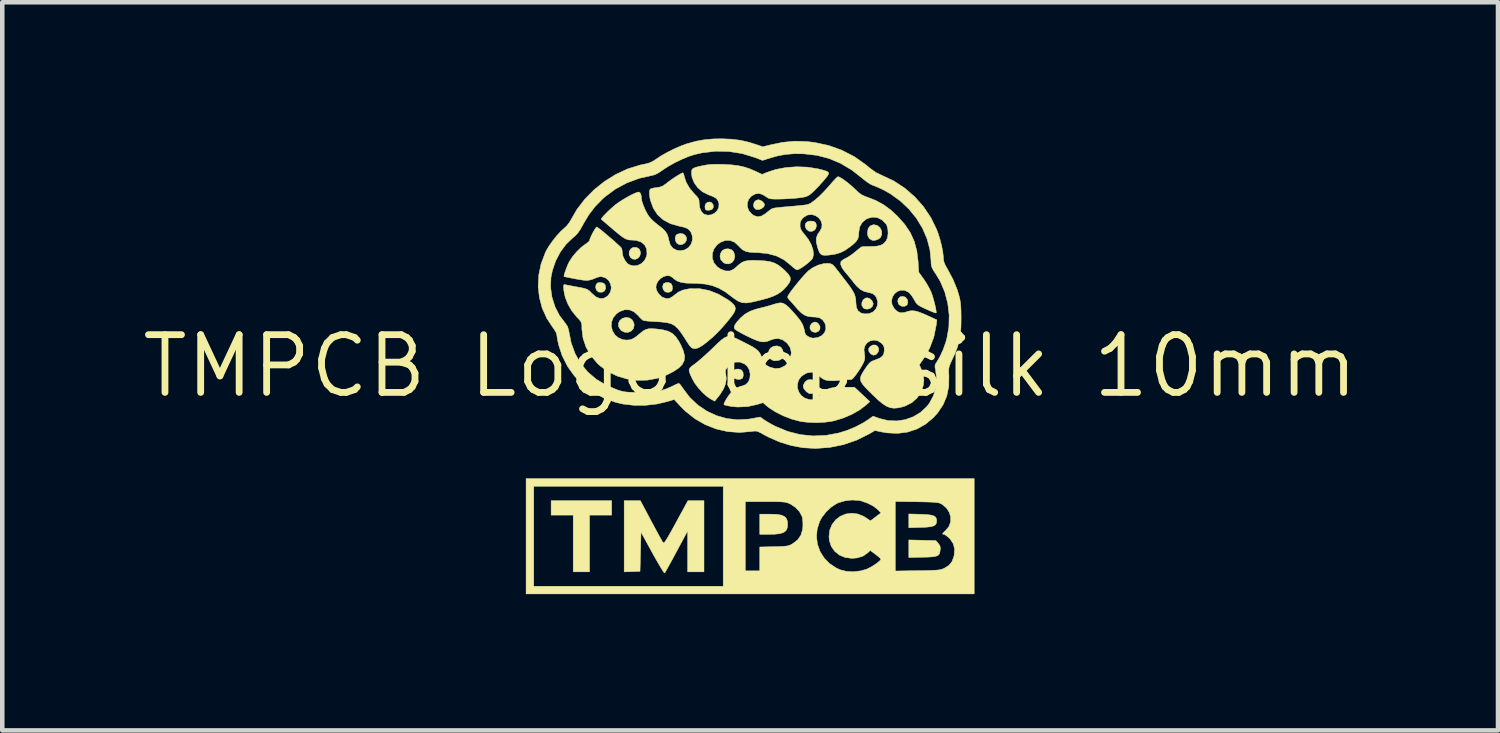
<source format=kicad_pcb>
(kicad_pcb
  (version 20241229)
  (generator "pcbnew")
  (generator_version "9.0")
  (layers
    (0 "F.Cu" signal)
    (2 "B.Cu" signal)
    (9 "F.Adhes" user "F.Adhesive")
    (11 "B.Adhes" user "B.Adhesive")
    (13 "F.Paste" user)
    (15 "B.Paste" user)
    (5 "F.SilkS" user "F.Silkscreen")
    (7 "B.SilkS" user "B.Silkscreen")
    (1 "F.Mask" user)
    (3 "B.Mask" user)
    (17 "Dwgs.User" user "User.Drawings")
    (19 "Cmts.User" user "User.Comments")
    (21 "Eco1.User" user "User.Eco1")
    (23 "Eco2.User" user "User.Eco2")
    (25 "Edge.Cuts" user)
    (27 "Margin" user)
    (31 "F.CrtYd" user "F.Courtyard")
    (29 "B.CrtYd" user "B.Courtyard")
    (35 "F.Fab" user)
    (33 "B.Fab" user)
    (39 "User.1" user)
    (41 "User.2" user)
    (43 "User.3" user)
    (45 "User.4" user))
  (footprint "TMPCB Logo top silk 10mm"
    (layer "F.Cu")
    (at 13.463 5.008)
    (property "Reference" "TMPCB Logo top silk 10mm" (at 0 0 0) (layer "F.SilkS") (effects (font (size 1.27 1.27) (thickness 0.15))))
    (attr through_hole)
    (fp_poly (pts (xy -3.048 3.281) (xy -3.535 3.281) (xy -3.535 4.53) (xy -3.895 4.53) (xy -3.895 3.281) (xy -4.381 3.281) (xy -4.381 2.963) (xy -3.048 2.963) (xy -3.048 3.281)) (stroke (width 0.01) (type solid)) (fill yes) (layer "F.SilkS"))
    (fp_poly (pts (xy 2.759 -0.463) (xy 2.805 -0.435) (xy 2.83 -0.386) (xy 2.825 -0.325) (xy 2.813 -0.3) (xy 2.767 -0.25) (xy 2.711 -0.239) (xy 2.654 -0.268) (xy 2.647 -0.274) (xy 2.609 -0.333) (xy 2.612 -0.391) (xy 2.642 -0.431) (xy 2.702 -0.464) (xy 2.759 -0.463)) (stroke (width 0.01) (type solid)) (fill yes) (layer "F.SilkS"))
    (fp_poly (pts (xy -2.499 -2.612) (xy -2.444 -2.577) (xy -2.415 -2.516) (xy -2.413 -2.49) (xy -2.429 -2.421) (xy -2.471 -2.373) (xy -2.527 -2.349) (xy -2.587 -2.356) (xy -2.632 -2.388) (xy -2.664 -2.45) (xy -2.663 -2.517) (xy -2.633 -2.575) (xy -2.577 -2.611) (xy -2.57 -2.613) (xy -2.499 -2.612)) (stroke (width 0.01) (type solid)) (fill yes) (layer "F.SilkS"))
    (fp_poly (pts (xy -1.476 -2.91) (xy -1.428 -2.876) (xy -1.401 -2.827) (xy -1.402 -2.769) (xy -1.438 -2.71) (xy -1.439 -2.709) (xy -1.5 -2.673) (xy -1.564 -2.673) (xy -1.616 -2.706) (xy -1.644 -2.759) (xy -1.65 -2.821) (xy -1.634 -2.875) (xy -1.61 -2.899) (xy -1.539 -2.92) (xy -1.476 -2.91)) (stroke (width 0.01) (type solid)) (fill yes) (layer "F.SilkS"))
    (fp_poly (pts (xy -0.845 -3.595) (xy -0.814 -3.55) (xy -0.813 -3.544) (xy -0.812 -3.491) (xy -0.826 -3.46) (xy -0.864 -3.438) (xy -0.918 -3.429) (xy -0.966 -3.434) (xy -0.981 -3.443) (xy -0.991 -3.473) (xy -0.995 -3.516) (xy -0.979 -3.572) (xy -0.94 -3.604) (xy -0.891 -3.613) (xy -0.845 -3.595)) (stroke (width 0.01) (type solid)) (fill yes) (layer "F.SilkS"))
    (fp_poly (pts (xy 0.234 -3.647) (xy 0.283 -3.611) (xy 0.314 -3.567) (xy 0.318 -3.549) (xy 0.299 -3.504) (xy 0.253 -3.467) (xy 0.195 -3.444) (xy 0.139 -3.444) (xy 0.124 -3.451) (xy 0.083 -3.494) (xy 0.073 -3.55) (xy 0.089 -3.605) (xy 0.129 -3.647) (xy 0.183 -3.662) (xy 0.234 -3.647)) (stroke (width 0.01) (type solid)) (fill yes) (layer "F.SilkS"))
    (fp_poly (pts (xy 1.398 -3.187) (xy 1.444 -3.155) (xy 1.46 -3.095) (xy 1.46 -3.089) (xy 1.444 -3.024) (xy 1.401 -2.98) (xy 1.345 -2.962) (xy 1.286 -2.973) (xy 1.236 -3.017) (xy 1.235 -3.018) (xy 1.209 -3.086) (xy 1.222 -3.142) (xy 1.269 -3.181) (xy 1.319 -3.192) (xy 1.398 -3.187)) (stroke (width 0.01) (type solid)) (fill yes) (layer "F.SilkS"))
    (fp_poly (pts (xy 1.463 -0.963) (xy 1.503 -0.931) (xy 1.538 -0.873) (xy 1.537 -0.815) (xy 1.507 -0.767) (xy 1.449 -0.742) (xy 1.429 -0.741) (xy 1.375 -0.755) (xy 1.346 -0.774) (xy 1.316 -0.83) (xy 1.321 -0.891) (xy 1.359 -0.94) (xy 1.359 -0.941) (xy 1.416 -0.97) (xy 1.463 -0.963)) (stroke (width 0.01) (type solid)) (fill yes) (layer "F.SilkS"))
    (fp_poly (pts (xy 2.636 -1.484) (xy 2.684 -1.438) (xy 2.708 -1.379) (xy 2.709 -1.366) (xy 2.691 -1.311) (xy 2.645 -1.271) (xy 2.585 -1.252) (xy 2.524 -1.259) (xy 2.489 -1.282) (xy 2.458 -1.338) (xy 2.46 -1.401) (xy 2.488 -1.457) (xy 2.537 -1.495) (xy 2.579 -1.503) (xy 2.636 -1.484)) (stroke (width 0.01) (type solid)) (fill yes) (layer "F.SilkS"))
    (fp_poly (pts (xy 3.412 -1.519) (xy 3.419 -1.515) (xy 3.459 -1.468) (xy 3.472 -1.408) (xy 3.457 -1.352) (xy 3.446 -1.338) (xy 3.395 -1.313) (xy 3.334 -1.318) (xy 3.282 -1.348) (xy 3.27 -1.362) (xy 3.249 -1.424) (xy 3.261 -1.48) (xy 3.298 -1.52) (xy 3.351 -1.536) (xy 3.412 -1.519)) (stroke (width 0.01) (type solid)) (fill yes) (layer "F.SilkS"))
    (fp_poly (pts (xy -3.285 -1.837) (xy -3.229 -1.826) (xy -3.198 -1.798) (xy -3.187 -1.772) (xy -3.181 -1.705) (xy -3.208 -1.653) (xy -3.26 -1.625) (xy -3.328 -1.628) (xy -3.338 -1.632) (xy -3.382 -1.668) (xy -3.401 -1.726) (xy -3.392 -1.789) (xy -3.387 -1.798) (xy -3.36 -1.83) (xy -3.316 -1.839) (xy -3.285 -1.837)) (stroke (width 0.01) (type solid)) (fill yes) (layer "F.SilkS"))
    (fp_poly (pts (xy -2.654 -1.058) (xy -2.594 -1.014) (xy -2.558 -0.943) (xy -2.553 -0.896) (xy -2.57 -0.823) (xy -2.617 -0.771) (xy -2.681 -0.743) (xy -2.754 -0.742) (xy -2.824 -0.773) (xy -2.848 -0.793) (xy -2.893 -0.862) (xy -2.9 -0.935) (xy -2.87 -1.002) (xy -2.811 -1.05) (xy -2.729 -1.072) (xy -2.654 -1.058)) (stroke (width 0.01) (type solid)) (fill yes) (layer "F.SilkS"))
    (fp_poly (pts (xy -1.744 -1.818) (xy -1.736 -1.81) (xy -1.715 -1.764) (xy -1.71 -1.707) (xy -1.721 -1.661) (xy -1.728 -1.652) (xy -1.787 -1.623) (xy -1.853 -1.628) (xy -1.879 -1.642) (xy -1.915 -1.688) (xy -1.926 -1.749) (xy -1.911 -1.804) (xy -1.901 -1.816) (xy -1.854 -1.838) (xy -1.794 -1.838) (xy -1.744 -1.818)) (stroke (width 0.01) (type solid)) (fill yes) (layer "F.SilkS"))
    (fp_poly (pts (xy -0.413 -2.564) (xy -0.362 -2.514) (xy -0.339 -2.435) (xy -0.339 -2.415) (xy -0.356 -2.335) (xy -0.401 -2.278) (xy -0.465 -2.249) (xy -0.537 -2.252) (xy -0.589 -2.278) (xy -0.646 -2.34) (xy -0.664 -2.417) (xy -0.653 -2.476) (xy -0.615 -2.542) (xy -0.553 -2.575) (xy -0.488 -2.582) (xy -0.413 -2.564)) (stroke (width 0.01) (type solid)) (fill yes) (layer "F.SilkS"))
    (fp_poly (pts (xy 0.577 3.264) (xy 0.681 3.28) (xy 0.754 3.31) (xy 0.799 3.356) (xy 0.821 3.42) (xy 0.826 3.482) (xy 0.817 3.563) (xy 0.79 3.622) (xy 0.738 3.663) (xy 0.657 3.689) (xy 0.543 3.702) (xy 0.435 3.704) (xy 0.212 3.704) (xy 0.212 3.26) (xy 0.435 3.26) (xy 0.577 3.264)) (stroke (width 0.01) (type solid)) (fill yes) (layer "F.SilkS"))
    (fp_poly (pts (xy 3.755 3.263) (xy 3.887 3.269) (xy 3.983 3.281) (xy 4.047 3.3) (xy 4.085 3.329) (xy 4.103 3.37) (xy 4.106 3.408) (xy 4.1 3.459) (xy 4.077 3.496) (xy 4.032 3.522) (xy 3.959 3.539) (xy 3.854 3.549) (xy 3.755 3.552) (xy 3.493 3.559) (xy 3.493 3.256) (xy 3.755 3.263)) (stroke (width 0.01) (type solid)) (fill yes) (layer "F.SilkS"))
    (fp_poly (pts (xy 3.791 3.835) (xy 4.089 3.842) (xy 4.142 3.904) (xy 4.178 3.956) (xy 4.188 4.011) (xy 4.184 4.05) (xy 4.175 4.104) (xy 4.159 4.144) (xy 4.13 4.172) (xy 4.082 4.189) (xy 4.01 4.2) (xy 3.906 4.206) (xy 3.799 4.208) (xy 3.493 4.215) (xy 3.493 3.828) (xy 3.791 3.835)) (stroke (width 0.01) (type solid)) (fill yes) (layer "F.SilkS"))
    (fp_poly (pts (xy -0.197 0.085) (xy -0.181 0.097) (xy -0.155 0.146) (xy -0.15 0.208) (xy -0.166 0.261) (xy -0.174 0.271) (xy -0.221 0.293) (xy -0.284 0.293) (xy -0.342 0.272) (xy -0.348 0.268) (xy -0.378 0.223) (xy -0.385 0.162) (xy -0.367 0.105) (xy -0.36 0.095) (xy -0.314 0.069) (xy -0.253 0.066) (xy -0.197 0.085)) (stroke (width 0.01) (type solid)) (fill yes) (layer "F.SilkS"))
    (fp_poly (pts (xy 0.66 -0.424) (xy 0.689 -0.4) (xy 0.718 -0.346) (xy 0.729 -0.275) (xy 0.722 -0.207) (xy 0.698 -0.16) (xy 0.64 -0.128) (xy 0.562 -0.116) (xy 0.513 -0.12) (xy 0.455 -0.151) (xy 0.417 -0.207) (xy 0.403 -0.277) (xy 0.416 -0.347) (xy 0.451 -0.398) (xy 0.516 -0.436) (xy 0.591 -0.444) (xy 0.66 -0.424)) (stroke (width 0.01) (type solid)) (fill yes) (layer "F.SilkS"))
    (fp_poly (pts (xy 1.397 0.313) (xy 1.45 0.358) (xy 1.479 0.419) (xy 1.48 0.486) (xy 1.448 0.549) (xy 1.426 0.57) (xy 1.361 0.607) (xy 1.301 0.606) (xy 1.239 0.565) (xy 1.226 0.552) (xy 1.177 0.488) (xy 1.168 0.429) (xy 1.198 0.366) (xy 1.208 0.352) (xy 1.261 0.308) (xy 1.324 0.296) (xy 1.397 0.313)) (stroke (width 0.01) (type solid)) (fill yes) (layer "F.SilkS"))
    (fp_poly (pts (xy 2.803 -3.093) (xy 2.859 -3.045) (xy 2.893 -2.978) (xy 2.899 -2.904) (xy 2.873 -2.835) (xy 2.87 -2.83) (xy 2.823 -2.794) (xy 2.759 -2.77) (xy 2.698 -2.766) (xy 2.688 -2.768) (xy 2.623 -2.806) (xy 2.589 -2.872) (xy 2.582 -2.935) (xy 2.597 -3.023) (xy 2.64 -3.083) (xy 2.708 -3.11) (xy 2.731 -3.111) (xy 2.803 -3.093)) (stroke (width 0.01) (type solid)) (fill yes) (layer "F.SilkS"))
    (fp_poly (pts (xy -2.183 3.403) (xy -2.115 3.529) (xy -2.053 3.645) (xy -1.999 3.744) (xy -1.956 3.82) (xy -1.928 3.869) (xy -1.92 3.881) (xy -1.91 3.89) (xy -1.897 3.888) (xy -1.879 3.872) (xy -1.854 3.836) (xy -1.818 3.779) (xy -1.77 3.695) (xy -1.706 3.581) (xy -1.63 3.442) (xy -1.369 2.963) (xy -1.016 2.963) (xy -1.016 4.53) (xy -1.376 4.53) (xy -1.376 4.08) (xy -1.376 3.63) (xy -1.621 4.085) (xy -1.689 4.212) (xy -1.752 4.327) (xy -1.805 4.424) (xy -1.847 4.498) (xy -1.874 4.545) (xy -1.882 4.557) (xy -1.896 4.544) (xy -1.928 4.499) (xy -1.973 4.425) (xy -2.03 4.329) (xy -2.095 4.215) (xy -2.151 4.115) (xy -2.402 3.656) (xy -2.413 4.088) (xy -2.424 4.519) (xy -2.598 4.525) (xy -2.773 4.531) (xy -2.773 2.963) (xy -2.416 2.963) (xy -2.183 3.403)) (stroke (width 0.01) (type solid)) (fill yes) (layer "F.SilkS"))
    (fp_poly (pts (xy 4.932 5.016) (xy -4.932 5.016) (xy -4.932 2.646) (xy -4.763 2.646) (xy -4.763 4.847) (xy -0.593 4.847) (xy -0.593 4.508) (xy -0.106 4.508) (xy 0.212 4.508) (xy 0.212 3.983) (xy 0.524 3.976) (xy 0.646 3.973) (xy 0.735 3.969) (xy 0.799 3.962) (xy 0.846 3.953) (xy 0.885 3.938) (xy 0.925 3.917) (xy 0.937 3.909) (xy 1.044 3.828) (xy 1.096 3.755) (xy 1.461 3.755) (xy 1.482 3.922) (xy 1.538 4.08) (xy 1.627 4.223) (xy 1.747 4.346) (xy 1.894 4.445) (xy 1.994 4.489) (xy 2.125 4.52) (xy 2.274 4.527) (xy 2.408 4.512) (xy 3.196 4.512) (xy 3.688 4.504) (xy 3.846 4.502) (xy 3.968 4.499) (xy 4.061 4.495) (xy 4.129 4.49) (xy 4.18 4.483) (xy 4.219 4.473) (xy 4.253 4.46) (xy 4.281 4.447) (xy 4.377 4.386) (xy 4.442 4.306) (xy 4.483 4.199) (xy 4.491 4.165) (xy 4.501 4.032) (xy 4.473 3.914) (xy 4.405 3.811) (xy 4.378 3.784) (xy 4.326 3.739) (xy 4.282 3.71) (xy 4.264 3.704) (xy 4.239 3.7) (xy 4.241 3.683) (xy 4.272 3.648) (xy 4.306 3.618) (xy 4.377 3.53) (xy 4.413 3.429) (xy 4.414 3.323) (xy 4.383 3.218) (xy 4.32 3.123) (xy 4.227 3.045) (xy 4.206 3.032) (xy 4.178 3.02) (xy 4.141 3.01) (xy 4.089 3.003) (xy 4.017 2.997) (xy 3.919 2.993) (xy 3.789 2.99) (xy 3.667 2.988) (xy 3.196 2.982) (xy 3.196 4.512) (xy 2.408 4.512) (xy 2.425 4.511) (xy 2.562 4.472) (xy 2.587 4.461) (xy 2.661 4.423) (xy 2.736 4.377) (xy 2.803 4.329) (xy 2.854 4.287) (xy 2.878 4.256) (xy 2.879 4.252) (xy 2.863 4.231) (xy 2.822 4.194) (xy 2.764 4.148) (xy 2.761 4.146) (xy 2.644 4.058) (xy 2.587 4.113) (xy 2.483 4.185) (xy 2.354 4.224) (xy 2.239 4.233) (xy 2.093 4.214) (xy 1.966 4.161) (xy 1.863 4.079) (xy 1.787 3.971) (xy 1.744 3.843) (xy 1.736 3.75) (xy 1.754 3.607) (xy 1.806 3.484) (xy 1.886 3.382) (xy 1.987 3.305) (xy 2.105 3.257) (xy 2.234 3.239) (xy 2.367 3.256) (xy 2.499 3.309) (xy 2.542 3.335) (xy 2.649 3.407) (xy 2.765 3.319) (xy 2.881 3.232) (xy 2.815 3.164) (xy 2.718 3.087) (xy 2.593 3.021) (xy 2.455 2.972) (xy 2.396 2.959) (xy 2.247 2.949) (xy 2.09 2.966) (xy 1.944 3.009) (xy 1.898 3.03) (xy 1.781 3.108) (xy 1.67 3.213) (xy 1.578 3.332) (xy 1.533 3.414) (xy 1.477 3.584) (xy 1.461 3.755) (xy 1.096 3.755) (xy 1.115 3.729) (xy 1.153 3.606) (xy 1.161 3.534) (xy 1.161 3.446) (xy 1.154 3.363) (xy 1.143 3.313) (xy 1.088 3.208) (xy 1.001 3.114) (xy 0.892 3.041) (xy 0.879 3.034) (xy 0.841 3.018) (xy 0.804 3.005) (xy 0.761 2.996) (xy 0.706 2.991) (xy 0.631 2.987) (xy 0.53 2.985) (xy 0.397 2.985) (xy 0.333 2.985) (xy -0.106 2.985) (xy -0.106 4.508) (xy -0.593 4.508) (xy -0.593 2.646) (xy -4.763 2.646) (xy -4.932 2.646) (xy -4.932 2.477) (xy 4.932 2.477) (xy 4.932 5.016)) (stroke (width 0.01) (type solid)) (fill yes) (layer "F.SilkS"))
    (fp_poly (pts (xy -0.409 -4.994) (xy -0.216 -4.97) (xy -0.028 -4.927) (xy 0.126 -4.879) (xy 0.28 -4.827) (xy 0.442 -4.868) (xy 0.715 -4.925) (xy 0.975 -4.95) (xy 1.238 -4.943) (xy 1.425 -4.921) (xy 1.73 -4.855) (xy 2.021 -4.75) (xy 2.293 -4.61) (xy 2.542 -4.435) (xy 2.626 -4.364) (xy 2.766 -4.262) (xy 2.907 -4.195) (xy 3.167 -4.072) (xy 3.408 -3.913) (xy 3.626 -3.723) (xy 3.818 -3.506) (xy 3.979 -3.266) (xy 4.105 -3.008) (xy 4.133 -2.934) (xy 4.178 -2.794) (xy 4.215 -2.648) (xy 4.241 -2.512) (xy 4.254 -2.396) (xy 4.255 -2.367) (xy 4.263 -2.303) (xy 4.292 -2.228) (xy 4.345 -2.132) (xy 4.346 -2.131) (xy 4.465 -1.909) (xy 4.555 -1.689) (xy 4.597 -1.552) (xy 4.616 -1.477) (xy 4.629 -1.403) (xy 4.637 -1.319) (xy 4.642 -1.216) (xy 4.644 -1.082) (xy 4.644 -1.048) (xy 4.641 -0.857) (xy 4.628 -0.696) (xy 4.602 -0.552) (xy 4.562 -0.412) (xy 4.505 -0.266) (xy 4.455 -0.159) (xy 4.414 -0.071) (xy 4.388 -0.007) (xy 4.375 0.046) (xy 4.371 0.102) (xy 4.373 0.176) (xy 4.376 0.216) (xy 4.372 0.445) (xy 4.33 0.656) (xy 4.249 0.85) (xy 4.129 1.03) (xy 4.034 1.135) (xy 3.861 1.28) (xy 3.672 1.386) (xy 3.466 1.454) (xy 3.246 1.482) (xy 3.014 1.471) (xy 2.892 1.45) (xy 2.746 1.419) (xy 2.621 1.493) (xy 2.344 1.631) (xy 2.052 1.731) (xy 1.748 1.792) (xy 1.44 1.814) (xy 1.161 1.798) (xy 0.907 1.751) (xy 0.648 1.671) (xy 0.401 1.563) (xy 0.311 1.515) (xy 0.231 1.47) (xy 0.176 1.444) (xy 0.133 1.432) (xy 0.089 1.432) (xy 0.032 1.439) (xy 0.025 1.441) (xy -0.235 1.462) (xy -0.494 1.443) (xy -0.747 1.385) (xy -0.99 1.289) (xy -1.218 1.158) (xy -1.427 0.992) (xy -1.523 0.896) (xy -1.673 0.735) (xy -1.816 0.78) (xy -2.053 0.836) (xy -2.304 0.864) (xy -2.558 0.864) (xy -2.802 0.836) (xy -2.969 0.796) (xy -3.234 0.697) (xy -3.473 0.567) (xy -3.685 0.406) (xy -3.868 0.219) (xy -4.02 0.007) (xy -4.138 -0.228) (xy -4.212 -0.453) (xy -4.232 -0.54) (xy -4.247 -0.617) (xy -4.254 -0.671) (xy -4.255 -0.678) (xy -4.269 -0.732) (xy -4.309 -0.802) (xy -4.336 -0.839) (xy -4.475 -1.048) (xy -4.577 -1.274) (xy -4.64 -1.512) (xy -4.664 -1.737) (xy -4.393 -1.737) (xy -4.363 -1.52) (xy -4.297 -1.309) (xy -4.197 -1.113) (xy -4.073 -0.949) (xy -4.018 -0.868) (xy -3.991 -0.775) (xy -3.991 -0.769) (xy -3.939 -0.508) (xy -3.852 -0.271) (xy -3.731 -0.058) (xy -3.577 0.128) (xy -3.391 0.288) (xy -3.172 0.42) (xy -2.932 0.521) (xy -2.862 0.544) (xy -2.802 0.56) (xy -2.739 0.57) (xy -2.666 0.576) (xy -2.57 0.579) (xy -2.443 0.581) (xy -2.434 0.581) (xy -2.254 0.578) (xy -2.104 0.566) (xy -1.974 0.542) (xy -1.853 0.505) (xy -1.73 0.452) (xy -1.689 0.432) (xy -1.629 0.403) (xy -1.584 0.385) (xy -1.569 0.381) (xy -1.548 0.398) (xy -1.514 0.441) (xy -1.479 0.492) (xy -1.33 0.69) (xy -1.154 0.856) (xy -0.956 0.991) (xy -0.741 1.091) (xy -0.511 1.156) (xy -0.272 1.182) (xy -0.029 1.168) (xy 0.042 1.156) (xy 0.222 1.122) (xy 0.307 1.183) (xy 0.366 1.221) (xy 0.448 1.269) (xy 0.538 1.317) (xy 0.562 1.329) (xy 0.828 1.439) (xy 1.104 1.509) (xy 1.387 1.538) (xy 1.675 1.525) (xy 1.953 1.473) (xy 2.136 1.416) (xy 2.322 1.338) (xy 2.495 1.247) (xy 2.605 1.176) (xy 2.706 1.103) (xy 2.85 1.155) (xy 3.039 1.2) (xy 3.23 1.208) (xy 3.416 1.179) (xy 3.592 1.116) (xy 3.751 1.02) (xy 3.888 0.893) (xy 3.948 0.815) (xy 4.036 0.651) (xy 4.089 0.471) (xy 4.105 0.281) (xy 4.083 0.093) (xy 4.082 0.089) (xy 4.069 0.022) (xy 4.071 -0.021) (xy 4.089 -0.06) (xy 4.101 -0.077) (xy 4.176 -0.203) (xy 4.247 -0.356) (xy 4.306 -0.522) (xy 4.331 -0.61) (xy 4.375 -0.864) (xy 4.381 -1.123) (xy 4.35 -1.381) (xy 4.285 -1.63) (xy 4.185 -1.864) (xy 4.087 -2.027) (xy 4.036 -2.103) (xy 4.006 -2.159) (xy 3.99 -2.209) (xy 3.983 -2.267) (xy 3.982 -2.316) (xy 3.958 -2.561) (xy 3.894 -2.802) (xy 3.794 -3.034) (xy 3.66 -3.254) (xy 3.495 -3.456) (xy 3.303 -3.637) (xy 3.086 -3.793) (xy 2.932 -3.879) (xy 2.847 -3.919) (xy 2.764 -3.955) (xy 2.701 -3.979) (xy 2.699 -3.979) (xy 2.643 -4.006) (xy 2.57 -4.054) (xy 2.494 -4.112) (xy 2.477 -4.127) (xy 2.238 -4.315) (xy 1.993 -4.461) (xy 1.74 -4.568) (xy 1.473 -4.638) (xy 1.191 -4.671) (xy 1.175 -4.672) (xy 0.967 -4.674) (xy 0.782 -4.659) (xy 0.603 -4.626) (xy 0.445 -4.581) (xy 0.273 -4.527) (xy 0.11 -4.59) (xy -0.174 -4.677) (xy -0.466 -4.723) (xy -0.764 -4.729) (xy -1.063 -4.693) (xy -1.228 -4.655) (xy -1.357 -4.613) (xy -1.505 -4.551) (xy -1.658 -4.477) (xy -1.801 -4.397) (xy -1.921 -4.319) (xy -1.936 -4.308) (xy -2.012 -4.257) (xy -2.084 -4.218) (xy -2.137 -4.201) (xy -2.437 -4.134) (xy -2.715 -4.031) (xy -2.971 -3.893) (xy -3.203 -3.72) (xy -3.256 -3.672) (xy -3.414 -3.51) (xy -3.55 -3.332) (xy -3.673 -3.127) (xy -3.682 -3.108) (xy -3.74 -3.006) (xy -3.792 -2.931) (xy -3.847 -2.87) (xy -3.903 -2.823) (xy -4.052 -2.681) (xy -4.179 -2.509) (xy -4.281 -2.314) (xy -4.353 -2.104) (xy -4.384 -1.953) (xy -4.393 -1.737) (xy -4.664 -1.737) (xy -4.666 -1.757) (xy -4.653 -2.005) (xy -4.601 -2.252) (xy -4.51 -2.494) (xy -4.488 -2.54) (xy -4.426 -2.645) (xy -4.345 -2.759) (xy -4.255 -2.871) (xy -4.166 -2.968) (xy -4.1 -3.027) (xy -4.034 -3.089) (xy -3.978 -3.162) (xy -3.958 -3.196) (xy -3.816 -3.443) (xy -3.64 -3.673) (xy -3.435 -3.881) (xy -3.206 -4.064) (xy -2.959 -4.218) (xy -2.699 -4.339) (xy -2.43 -4.423) (xy -2.319 -4.446) (xy -2.211 -4.474) (xy -2.119 -4.52) (xy -2.072 -4.553) (xy -1.962 -4.626) (xy -1.826 -4.703) (xy -1.677 -4.778) (xy -1.529 -4.843) (xy -1.395 -4.893) (xy -1.386 -4.895) (xy -1.191 -4.949) (xy -1.004 -4.983) (xy -0.807 -5) (xy -0.624 -5.003) (xy -0.409 -4.994)) (stroke (width 0.01) (type solid)) (fill yes) (layer "F.SilkS"))
    (fp_poly (pts (xy -0.572 -4.439) (xy -0.4 -4.428) (xy -0.257 -4.41) (xy -0.13 -4.382) (xy -0.006 -4.341) (xy 0.117 -4.288) (xy 0.266 -4.219) (xy 0.36 -4.26) (xy 0.562 -4.327) (xy 0.786 -4.37) (xy 1.022 -4.387) (xy 1.258 -4.379) (xy 1.481 -4.344) (xy 1.495 -4.341) (xy 1.609 -4.313) (xy 1.684 -4.289) (xy 1.723 -4.264) (xy 1.728 -4.231) (xy 1.701 -4.183) (xy 1.646 -4.115) (xy 1.604 -4.066) (xy 1.53 -3.983) (xy 1.453 -3.902) (xy 1.386 -3.836) (xy 1.353 -3.806) (xy 1.301 -3.765) (xy 1.252 -3.738) (xy 1.195 -3.721) (xy 1.115 -3.707) (xy 1.078 -3.703) (xy 0.977 -3.692) (xy 0.853 -3.684) (xy 0.726 -3.678) (xy 0.663 -3.676) (xy 0.558 -3.675) (xy 0.486 -3.677) (xy 0.436 -3.684) (xy 0.4 -3.696) (xy 0.368 -3.716) (xy 0.362 -3.72) (xy 0.274 -3.776) (xy 0.199 -3.799) (xy 0.126 -3.792) (xy 0.114 -3.788) (xy 0.026 -3.74) (xy -0.033 -3.67) (xy -0.061 -3.587) (xy -0.059 -3.499) (xy -0.025 -3.414) (xy 0.04 -3.342) (xy 0.089 -3.31) (xy 0.171 -3.287) (xy 0.255 -3.304) (xy 0.344 -3.36) (xy 0.364 -3.377) (xy 0.421 -3.424) (xy 0.474 -3.46) (xy 0.495 -3.47) (xy 0.532 -3.478) (xy 0.603 -3.488) (xy 0.698 -3.498) (xy 0.81 -3.508) (xy 0.869 -3.513) (xy 0.989 -3.523) (xy 1.1 -3.534) (xy 1.192 -3.544) (xy 1.255 -3.554) (xy 1.272 -3.557) (xy 1.336 -3.587) (xy 1.419 -3.648) (xy 1.518 -3.733) (xy 1.626 -3.841) (xy 1.738 -3.965) (xy 1.769 -4.001) (xy 1.83 -4.071) (xy 1.883 -4.127) (xy 1.921 -4.162) (xy 1.935 -4.17) (xy 1.973 -4.156) (xy 2.033 -4.12) (xy 2.108 -4.066) (xy 2.189 -4.002) (xy 2.268 -3.932) (xy 2.311 -3.891) (xy 2.39 -3.818) (xy 2.459 -3.768) (xy 2.534 -3.734) (xy 2.568 -3.722) (xy 2.764 -3.646) (xy 2.937 -3.552) (xy 3.1 -3.432) (xy 3.239 -3.303) (xy 3.401 -3.122) (xy 3.524 -2.939) (xy 3.612 -2.746) (xy 3.669 -2.535) (xy 3.698 -2.299) (xy 3.698 -2.288) (xy 3.711 -2.067) (xy 3.821 -1.914) (xy 3.88 -1.824) (xy 3.937 -1.725) (xy 3.98 -1.638) (xy 3.985 -1.625) (xy 4.011 -1.552) (xy 4.037 -1.466) (xy 4.061 -1.375) (xy 4.081 -1.29) (xy 4.094 -1.22) (xy 4.097 -1.176) (xy 4.095 -1.167) (xy 4.073 -1.171) (xy 4.021 -1.19) (xy 3.947 -1.221) (xy 3.879 -1.251) (xy 3.787 -1.294) (xy 3.724 -1.327) (xy 3.682 -1.358) (xy 3.651 -1.393) (xy 3.622 -1.44) (xy 3.607 -1.468) (xy 3.563 -1.54) (xy 3.514 -1.6) (xy 3.48 -1.631) (xy 3.394 -1.668) (xy 3.31 -1.669) (xy 3.236 -1.64) (xy 3.175 -1.588) (xy 3.132 -1.518) (xy 3.113 -1.438) (xy 3.124 -1.354) (xy 3.168 -1.271) (xy 3.177 -1.26) (xy 3.241 -1.2) (xy 3.304 -1.174) (xy 3.38 -1.177) (xy 3.451 -1.196) (xy 3.516 -1.214) (xy 3.58 -1.218) (xy 3.649 -1.209) (xy 3.732 -1.183) (xy 3.839 -1.14) (xy 3.926 -1.101) (xy 4.111 -1.016) (xy 4.096 -0.897) (xy 4.043 -0.636) (xy 3.951 -0.392) (xy 3.82 -0.165) (xy 3.81 -0.151) (xy 3.724 -0.029) (xy 3.766 0.065) (xy 3.81 0.191) (xy 3.825 0.307) (xy 3.811 0.428) (xy 3.811 0.43) (xy 3.759 0.579) (xy 3.673 0.706) (xy 3.556 0.808) (xy 3.411 0.881) (xy 3.341 0.902) (xy 3.246 0.922) (xy 3.161 0.928) (xy 3.082 0.916) (xy 3.002 0.884) (xy 2.916 0.829) (xy 2.818 0.748) (xy 2.703 0.639) (xy 2.626 0.563) (xy 2.533 0.468) (xy 2.47 0.393) (xy 2.435 0.331) (xy 2.426 0.274) (xy 2.441 0.213) (xy 2.48 0.141) (xy 2.53 0.062) (xy 2.584 -0.015) (xy 2.625 -0.065) (xy 2.664 -0.097) (xy 2.712 -0.12) (xy 2.752 -0.134) (xy 2.849 -0.172) (xy 2.91 -0.216) (xy 2.943 -0.271) (xy 2.953 -0.346) (xy 2.953 -0.352) (xy 2.948 -0.419) (xy 2.926 -0.466) (xy 2.884 -0.51) (xy 2.804 -0.558) (xy 2.72 -0.571) (xy 2.641 -0.553) (xy 2.574 -0.509) (xy 2.526 -0.444) (xy 2.506 -0.362) (xy 2.515 -0.289) (xy 2.525 -0.205) (xy 2.519 -0.136) (xy 2.499 -0.083) (xy 2.462 -0.012) (xy 2.415 0.067) (xy 2.362 0.146) (xy 2.31 0.216) (xy 2.265 0.269) (xy 2.233 0.296) (xy 2.226 0.297) (xy 2.191 0.299) (xy 2.124 0.304) (xy 2.037 0.311) (xy 1.974 0.316) (xy 1.838 0.324) (xy 1.735 0.322) (xy 1.656 0.307) (xy 1.593 0.278) (xy 1.535 0.233) (xy 1.526 0.224) (xy 1.443 0.16) (xy 1.36 0.135) (xy 1.269 0.147) (xy 1.22 0.166) (xy 1.129 0.225) (xy 1.071 0.302) (xy 1.042 0.39) (xy 1.042 0.482) (xy 1.07 0.57) (xy 1.123 0.646) (xy 1.199 0.704) (xy 1.297 0.737) (xy 1.352 0.741) (xy 1.405 0.738) (xy 1.446 0.724) (xy 1.489 0.692) (xy 1.547 0.635) (xy 1.548 0.634) (xy 1.616 0.568) (xy 1.679 0.522) (xy 1.745 0.492) (xy 1.826 0.475) (xy 1.931 0.467) (xy 2.048 0.466) (xy 2.297 0.466) (xy 2.466 0.624) (xy 2.635 0.783) (xy 2.551 0.859) (xy 2.408 0.967) (xy 2.235 1.065) (xy 2.044 1.146) (xy 1.849 1.205) (xy 1.785 1.218) (xy 1.631 1.238) (xy 1.458 1.246) (xy 1.283 1.24) (xy 1.127 1.222) (xy 1.101 1.217) (xy 0.915 1.168) (xy 0.729 1.096) (xy 0.554 1.008) (xy 0.403 0.909) (xy 0.35 0.865) (xy 0.283 0.806) (xy 0.157 0.845) (xy -0.06 0.893) (xy -0.28 0.902) (xy -0.404 0.89) (xy -0.482 0.876) (xy -0.542 0.863) (xy -0.574 0.852) (xy -0.576 0.851) (xy -0.574 0.826) (xy -0.552 0.777) (xy -0.516 0.715) (xy -0.471 0.648) (xy -0.425 0.587) (xy -0.405 0.564) (xy -0.318 0.491) (xy -0.215 0.447) (xy -0.163 0.436) (xy -0.089 0.403) (xy -0.036 0.344) (xy -0.006 0.265) (xy 0.001 0.178) (xy -0.016 0.091) (xy -0.057 0.012) (xy -0.123 -0.047) (xy -0.125 -0.048) (xy -0.227 -0.088) (xy -0.327 -0.086) (xy -0.422 -0.042) (xy -0.47 -0.001) (xy -0.518 0.051) (xy -0.541 0.089) (xy -0.543 0.127) (xy -0.539 0.152) (xy -0.525 0.272) (xy -0.54 0.387) (xy -0.586 0.504) (xy -0.665 0.629) (xy -0.72 0.699) (xy -0.78 0.773) (xy -0.861 0.73) (xy -0.95 0.67) (xy -1.047 0.583) (xy -1.14 0.481) (xy -1.22 0.375) (xy -1.266 0.294) (xy -1.312 0.198) (xy -1.338 0.13) (xy -1.344 0.081) (xy -1.327 0.043) (xy -1.288 0.005) (xy -1.226 -0.04) (xy -1.166 -0.086) (xy -1.085 -0.155) (xy -0.99 -0.239) (xy -0.89 -0.331) (xy -0.825 -0.394) (xy -0.718 -0.497) (xy -0.634 -0.573) (xy -0.566 -0.623) (xy -0.505 -0.649) (xy -0.445 -0.653) (xy -0.376 -0.636) (xy -0.292 -0.601) (xy -0.185 -0.548) (xy -0.164 -0.537) (xy -0.036 -0.472) (xy 0.06 -0.419) (xy 0.129 -0.374) (xy 0.178 -0.331) (xy 0.213 -0.285) (xy 0.24 -0.231) (xy 0.254 -0.196) (xy 0.288 -0.111) (xy 0.319 -0.056) (xy 0.357 -0.018) (xy 0.411 0.013) (xy 0.442 0.027) (xy 0.553 0.055) (xy 0.661 0.045) (xy 0.758 0.000209) (xy 0.836 -0.076) (xy 0.888 -0.18) (xy 0.889 -0.183) (xy 0.906 -0.3) (xy 0.882 -0.405) (xy 0.817 -0.5) (xy 0.808 -0.51) (xy 0.715 -0.579) (xy 0.616 -0.607) (xy 0.508 -0.593) (xy 0.454 -0.573) (xy 0.38 -0.545) (xy 0.312 -0.532) (xy 0.243 -0.535) (xy 0.162 -0.557) (xy 0.061 -0.598) (xy -0.055 -0.653) (xy -0.152 -0.702) (xy -0.236 -0.748) (xy -0.3 -0.785) (xy -0.334 -0.81) (xy -0.337 -0.813) (xy -0.352 -0.85) (xy -0.34 -0.899) (xy -0.298 -0.962) (xy -0.224 -1.045) (xy -0.212 -1.058) (xy -0.12 -1.138) (xy -0.016 -1.2) (xy 0.111 -1.248) (xy 0.232 -1.279) (xy 0.332 -1.304) (xy 0.437 -1.333) (xy 0.516 -1.358) (xy 0.6 -1.382) (xy 0.667 -1.392) (xy 0.726 -1.382) (xy 0.785 -1.349) (xy 0.852 -1.291) (xy 0.934 -1.204) (xy 0.963 -1.172) (xy 1.048 -1.073) (xy 1.108 -0.994) (xy 1.148 -0.929) (xy 1.172 -0.869) (xy 1.174 -0.862) (xy 1.193 -0.796) (xy 1.204 -0.745) (xy 1.206 -0.728) (xy 1.225 -0.69) (xy 1.271 -0.653) (xy 1.33 -0.625) (xy 1.388 -0.614) (xy 1.495 -0.63) (xy 1.581 -0.673) (xy 1.639 -0.737) (xy 1.667 -0.817) (xy 1.659 -0.906) (xy 1.641 -0.952) (xy 1.593 -1.02) (xy 1.531 -1.06) (xy 1.444 -1.078) (xy 1.387 -1.08) (xy 1.291 -1.088) (xy 1.208 -1.115) (xy 1.13 -1.167) (xy 1.047 -1.248) (xy 1.001 -1.302) (xy 0.946 -1.367) (xy 0.897 -1.421) (xy 0.864 -1.455) (xy 0.861 -1.458) (xy 0.832 -1.498) (xy 0.826 -1.525) (xy 0.839 -1.556) (xy 0.875 -1.611) (xy 0.928 -1.684) (xy 0.994 -1.768) (xy 1.065 -1.856) (xy 1.138 -1.942) (xy 1.207 -2.019) (xy 1.266 -2.08) (xy 1.285 -2.098) (xy 1.385 -2.169) (xy 1.503 -2.224) (xy 1.624 -2.256) (xy 1.712 -2.261) (xy 1.771 -2.253) (xy 1.812 -2.234) (xy 1.853 -2.195) (xy 1.883 -2.157) (xy 1.929 -2.098) (xy 1.991 -2.018) (xy 2.059 -1.929) (xy 2.1 -1.877) (xy 2.187 -1.762) (xy 2.249 -1.67) (xy 2.291 -1.594) (xy 2.315 -1.524) (xy 2.326 -1.454) (xy 2.328 -1.399) (xy 2.339 -1.292) (xy 2.374 -1.217) (xy 2.436 -1.17) (xy 2.517 -1.149) (xy 2.618 -1.153) (xy 2.702 -1.19) (xy 2.765 -1.251) (xy 2.801 -1.33) (xy 2.808 -1.418) (xy 2.78 -1.508) (xy 2.752 -1.551) (xy 2.698 -1.594) (xy 2.616 -1.618) (xy 2.609 -1.619) (xy 2.51 -1.643) (xy 2.423 -1.69) (xy 2.341 -1.764) (xy 2.271 -1.849) (xy 2.21 -1.928) (xy 2.145 -2.007) (xy 2.092 -2.068) (xy 2.025 -2.158) (xy 1.993 -2.237) (xy 1.998 -2.298) (xy 2.023 -2.325) (xy 2.074 -2.357) (xy 2.106 -2.373) (xy 2.171 -2.409) (xy 2.249 -2.463) (xy 2.321 -2.52) (xy 2.382 -2.571) (xy 2.432 -2.609) (xy 2.462 -2.627) (xy 2.464 -2.628) (xy 2.495 -2.63) (xy 2.556 -2.631) (xy 2.637 -2.633) (xy 2.668 -2.633) (xy 2.785 -2.639) (xy 2.87 -2.657) (xy 2.933 -2.691) (xy 2.984 -2.744) (xy 3 -2.767) (xy 3.027 -2.837) (xy 3.037 -2.928) (xy 3.03 -3.023) (xy 3.006 -3.103) (xy 2.991 -3.128) (xy 2.904 -3.216) (xy 2.803 -3.267) (xy 2.695 -3.278) (xy 2.585 -3.249) (xy 2.553 -3.233) (xy 2.466 -3.16) (xy 2.411 -3.062) (xy 2.392 -2.943) (xy 2.392 -2.938) (xy 2.387 -2.858) (xy 2.368 -2.794) (xy 2.328 -2.736) (xy 2.262 -2.674) (xy 2.203 -2.628) (xy 2.089 -2.548) (xy 1.984 -2.496) (xy 1.872 -2.463) (xy 1.737 -2.443) (xy 1.646 -2.437) (xy 1.585 -2.445) (xy 1.543 -2.473) (xy 1.513 -2.528) (xy 1.482 -2.618) (xy 1.482 -2.619) (xy 1.456 -2.732) (xy 1.457 -2.822) (xy 1.489 -2.904) (xy 1.535 -2.968) (xy 1.576 -3.044) (xy 1.582 -3.123) (xy 1.558 -3.198) (xy 1.509 -3.263) (xy 1.442 -3.31) (xy 1.361 -3.334) (xy 1.274 -3.327) (xy 1.244 -3.316) (xy 1.165 -3.265) (xy 1.114 -3.195) (xy 1.1 -3.143) (xy 1.099 -3.072) (xy 1.114 -3.013) (xy 1.152 -2.952) (xy 1.199 -2.896) (xy 1.283 -2.786) (xy 1.345 -2.672) (xy 1.383 -2.561) (xy 1.395 -2.461) (xy 1.378 -2.379) (xy 1.367 -2.36) (xy 1.331 -2.319) (xy 1.274 -2.269) (xy 1.205 -2.215) (xy 1.136 -2.167) (xy 1.077 -2.132) (xy 1.037 -2.117) (xy 1.035 -2.117) (xy 1.003 -2.131) (xy 0.952 -2.168) (xy 0.894 -2.22) (xy 0.889 -2.225) (xy 0.743 -2.341) (xy 0.576 -2.425) (xy 0.385 -2.476) (xy 0.168 -2.497) (xy 0.123 -2.498) (xy -0.002 -2.504) (xy -0.097 -2.524) (xy -0.171 -2.563) (xy -0.236 -2.624) (xy -0.252 -2.643) (xy -0.338 -2.723) (xy -0.437 -2.764) (xy -0.541 -2.766) (xy -0.646 -2.728) (xy -0.721 -2.674) (xy -0.795 -2.582) (xy -0.831 -2.48) (xy -0.832 -2.375) (xy -0.798 -2.276) (xy -0.73 -2.19) (xy -0.649 -2.134) (xy -0.544 -2.094) (xy -0.452 -2.092) (xy -0.367 -2.129) (xy -0.311 -2.175) (xy -0.241 -2.238) (xy -0.18 -2.282) (xy -0.116 -2.309) (xy -0.039 -2.323) (xy 0.06 -2.327) (xy 0.178 -2.324) (xy 0.325 -2.315) (xy 0.441 -2.298) (xy 0.536 -2.268) (xy 0.621 -2.222) (xy 0.706 -2.155) (xy 0.763 -2.104) (xy 0.838 -2.025) (xy 0.88 -1.96) (xy 0.888 -1.901) (xy 0.865 -1.839) (xy 0.81 -1.763) (xy 0.805 -1.758) (xy 0.742 -1.688) (xy 0.676 -1.631) (xy 0.601 -1.582) (xy 0.511 -1.539) (xy 0.399 -1.499) (xy 0.26 -1.46) (xy 0.086 -1.418) (xy 0.036 -1.407) (xy -0.079 -1.389) (xy -0.174 -1.394) (xy -0.262 -1.427) (xy -0.358 -1.49) (xy -0.392 -1.516) (xy -0.544 -1.631) (xy -0.688 -1.714) (xy -0.834 -1.771) (xy -0.993 -1.805) (xy -1.177 -1.819) (xy -1.264 -1.821) (xy -1.411 -1.826) (xy -1.524 -1.843) (xy -1.611 -1.874) (xy -1.678 -1.92) (xy -1.702 -1.944) (xy -1.761 -1.983) (xy -1.832 -1.99) (xy -1.907 -1.969) (xy -1.976 -1.924) (xy -2.032 -1.862) (xy -2.067 -1.786) (xy -2.074 -1.731) (xy -2.057 -1.662) (xy -2.013 -1.59) (xy -1.954 -1.531) (xy -1.928 -1.514) (xy -1.846 -1.485) (xy -1.773 -1.492) (xy -1.698 -1.536) (xy -1.675 -1.556) (xy -1.583 -1.626) (xy -1.485 -1.671) (xy -1.364 -1.697) (xy -1.323 -1.703) (xy -1.115 -1.704) (xy -0.906 -1.664) (xy -0.698 -1.583) (xy -0.492 -1.461) (xy -0.473 -1.449) (xy -0.389 -1.382) (xy -0.34 -1.325) (xy -0.324 -1.27) (xy -0.337 -1.211) (xy -0.348 -1.188) (xy -0.387 -1.126) (xy -0.449 -1.044) (xy -0.527 -0.949) (xy -0.613 -0.85) (xy -0.701 -0.755) (xy -0.783 -0.674) (xy -0.827 -0.633) (xy -0.943 -0.535) (xy -1.035 -0.464) (xy -1.108 -0.418) (xy -1.167 -0.392) (xy -1.216 -0.384) (xy -1.23 -0.385) (xy -1.262 -0.39) (xy -1.29 -0.405) (xy -1.319 -0.434) (xy -1.357 -0.484) (xy -1.407 -0.561) (xy -1.44 -0.614) (xy -1.521 -0.736) (xy -1.591 -0.826) (xy -1.66 -0.889) (xy -1.737 -0.931) (xy -1.832 -0.956) (xy -1.953 -0.97) (xy -2.051 -0.976) (xy -2.156 -0.982) (xy -2.247 -0.989) (xy -2.316 -0.997) (xy -2.353 -1.004) (xy -2.354 -1.004) (xy -2.387 -1.029) (xy -2.433 -1.075) (xy -2.466 -1.113) (xy -2.556 -1.195) (xy -2.657 -1.237) (xy -2.763 -1.239) (xy -2.871 -1.2) (xy -2.94 -1.152) (xy -3.013 -1.067) (xy -3.05 -0.971) (xy -3.055 -0.871) (xy -3.031 -0.775) (xy -2.979 -0.69) (xy -2.903 -0.623) (xy -2.805 -0.581) (xy -2.722 -0.572) (xy -2.647 -0.578) (xy -2.579 -0.602) (xy -2.508 -0.648) (xy -2.436 -0.707) (xy -2.363 -0.768) (xy -2.3 -0.804) (xy -2.233 -0.821) (xy -2.148 -0.823) (xy -2.067 -0.817) (xy -1.918 -0.797) (xy -1.802 -0.766) (xy -1.711 -0.717) (xy -1.636 -0.644) (xy -1.568 -0.543) (xy -1.525 -0.462) (xy -1.469 -0.332) (xy -1.443 -0.221) (xy -1.45 -0.124) (xy -1.492 -0.038) (xy -1.57 0.042) (xy -1.686 0.119) (xy -1.828 0.192) (xy -2.04 0.269) (xy -2.262 0.31) (xy -2.487 0.315) (xy -2.71 0.285) (xy -2.924 0.221) (xy -3.123 0.125) (xy -3.301 -0.003) (xy -3.364 -0.061) (xy -3.506 -0.231) (xy -3.612 -0.415) (xy -3.678 -0.61) (xy -3.704 -0.812) (xy -3.704 -0.836) (xy -3.705 -0.902) (xy -3.713 -0.949) (xy -3.734 -0.989) (xy -3.773 -1.036) (xy -3.819 -1.083) (xy -3.924 -1.213) (xy -4.01 -1.361) (xy -4.071 -1.514) (xy -4.101 -1.661) (xy -4.101 -1.665) (xy -4.107 -1.738) (xy -4.106 -1.778) (xy -4.095 -1.793) (xy -4.073 -1.792) (xy -4.062 -1.789) (xy -4.02 -1.781) (xy -3.948 -1.767) (xy -3.857 -1.75) (xy -3.794 -1.738) (xy -3.696 -1.72) (xy -3.629 -1.704) (xy -3.582 -1.685) (xy -3.544 -1.66) (xy -3.506 -1.623) (xy -3.487 -1.603) (xy -3.396 -1.524) (xy -3.307 -1.487) (xy -3.223 -1.491) (xy -3.144 -1.536) (xy -3.121 -1.559) (xy -3.071 -1.639) (xy -3.057 -1.726) (xy -3.073 -1.811) (xy -3.116 -1.886) (xy -3.182 -1.941) (xy -3.268 -1.967) (xy -3.291 -1.968) (xy -3.345 -1.959) (xy -3.411 -1.935) (xy -3.429 -1.926) (xy -3.503 -1.899) (xy -3.581 -1.884) (xy -3.595 -1.884) (xy -3.653 -1.888) (xy -3.737 -1.9) (xy -3.835 -1.917) (xy -3.884 -1.926) (xy -3.972 -1.944) (xy -4.042 -1.958) (xy -4.087 -1.967) (xy -4.097 -1.968) (xy -4.098 -1.986) (xy -4.086 -2.033) (xy -4.065 -2.097) (xy -4.038 -2.169) (xy -4.01 -2.239) (xy -3.983 -2.295) (xy -3.912 -2.404) (xy -3.819 -2.515) (xy -3.718 -2.614) (xy -3.629 -2.681) (xy -3.576 -2.718) (xy -3.542 -2.749) (xy -3.535 -2.761) (xy -3.526 -2.799) (xy -3.502 -2.856) (xy -3.47 -2.921) (xy -3.435 -2.984) (xy -3.404 -3.034) (xy -3.38 -3.06) (xy -3.375 -3.061) (xy -3.345 -3.042) (xy -3.291 -3.001) (xy -3.221 -2.944) (xy -3.141 -2.877) (xy -3.058 -2.806) (xy -2.978 -2.737) (xy -2.91 -2.674) (xy -2.858 -2.626) (xy -2.831 -2.596) (xy -2.828 -2.592) (xy -2.818 -2.545) (xy -2.815 -2.501) (xy -2.799 -2.417) (xy -2.76 -2.332) (xy -2.706 -2.262) (xy -2.665 -2.232) (xy -2.572 -2.205) (xy -2.478 -2.215) (xy -2.393 -2.256) (xy -2.325 -2.324) (xy -2.282 -2.413) (xy -2.271 -2.469) (xy -2.279 -2.578) (xy -2.322 -2.666) (xy -2.398 -2.729) (xy -2.503 -2.765) (xy -2.598 -2.773) (xy -2.652 -2.775) (xy -2.7 -2.784) (xy -2.749 -2.804) (xy -2.805 -2.838) (xy -2.875 -2.89) (xy -2.965 -2.964) (xy -3.041 -3.029) (xy -3.123 -3.099) (xy -3.194 -3.16) (xy -3.247 -3.205) (xy -3.275 -3.229) (xy -3.279 -3.232) (xy -3.272 -3.25) (xy -3.239 -3.29) (xy -3.188 -3.345) (xy -3.125 -3.408) (xy -3.055 -3.473) (xy -2.986 -3.534) (xy -2.965 -3.551) (xy -2.89 -3.605) (xy -2.801 -3.663) (xy -2.705 -3.719) (xy -2.612 -3.769) (xy -2.531 -3.807) (xy -2.471 -3.828) (xy -2.452 -3.831) (xy -2.42 -3.811) (xy -2.399 -3.757) (xy -2.392 -3.683) (xy -2.381 -3.623) (xy -2.352 -3.539) (xy -2.313 -3.446) (xy -2.267 -3.357) (xy -2.229 -3.297) (xy -2.184 -3.243) (xy -2.116 -3.178) (xy -2.038 -3.113) (xy -2.016 -3.097) (xy -1.924 -3.024) (xy -1.862 -2.96) (xy -1.823 -2.896) (xy -1.799 -2.821) (xy -1.79 -2.773) (xy -1.758 -2.667) (xy -1.698 -2.591) (xy -1.612 -2.549) (xy -1.538 -2.54) (xy -1.437 -2.558) (xy -1.356 -2.609) (xy -1.299 -2.683) (xy -1.271 -2.773) (xy -1.276 -2.872) (xy -1.302 -2.943) (xy -1.334 -2.99) (xy -1.379 -3.026) (xy -1.445 -3.053) (xy -1.542 -3.076) (xy -1.574 -3.083) (xy -1.758 -3.136) (xy -1.913 -3.219) (xy -2.038 -3.331) (xy -2.131 -3.473) (xy -2.193 -3.642) (xy -2.204 -3.688) (xy -2.215 -3.764) (xy -2.218 -3.83) (xy -2.215 -3.859) (xy -2.203 -3.889) (xy -2.178 -3.907) (xy -2.13 -3.919) (xy -2.069 -3.927) (xy -1.984 -3.941) (xy -1.92 -3.966) (xy -1.856 -4.01) (xy -1.838 -4.025) (xy -1.78 -4.07) (xy -1.708 -4.121) (xy -1.633 -4.171) (xy -1.563 -4.214) (xy -1.509 -4.244) (xy -1.48 -4.255) (xy -1.467 -4.236) (xy -1.453 -4.19) (xy -1.451 -4.176) (xy -1.409 -4.048) (xy -1.334 -3.917) (xy -1.232 -3.795) (xy -1.228 -3.791) (xy -1.171 -3.732) (xy -1.139 -3.688) (xy -1.125 -3.646) (xy -1.122 -3.593) (xy -1.122 -3.588) (xy -1.11 -3.488) (xy -1.076 -3.406) (xy -1.026 -3.35) (xy -1.017 -3.345) (xy -0.934 -3.321) (xy -0.853 -3.33) (xy -0.78 -3.367) (xy -0.723 -3.425) (xy -0.69 -3.497) (xy -0.686 -3.577) (xy -0.705 -3.634) (xy -0.731 -3.673) (xy -0.766 -3.704) (xy -0.821 -3.733) (xy -0.905 -3.766) (xy -0.932 -3.776) (xy -1.052 -3.838) (xy -1.154 -3.927) (xy -1.232 -4.036) (xy -1.28 -4.156) (xy -1.291 -4.249) (xy -1.289 -4.294) (xy -1.278 -4.328) (xy -1.251 -4.353) (xy -1.203 -4.373) (xy -1.126 -4.394) (xy -1.016 -4.417) (xy -0.922 -4.433) (xy -0.818 -4.441) (xy -0.693 -4.442) (xy -0.572 -4.439)) (stroke (width 0.01) (type solid)) (fill yes) (layer "F.SilkS")))
  (gr_rect
    (start -3 -3)
    (end 29.926 13.029)
    (stroke (width 0.1) (type default))
    (fill no)
    (layer "Edge.Cuts")))
</source>
